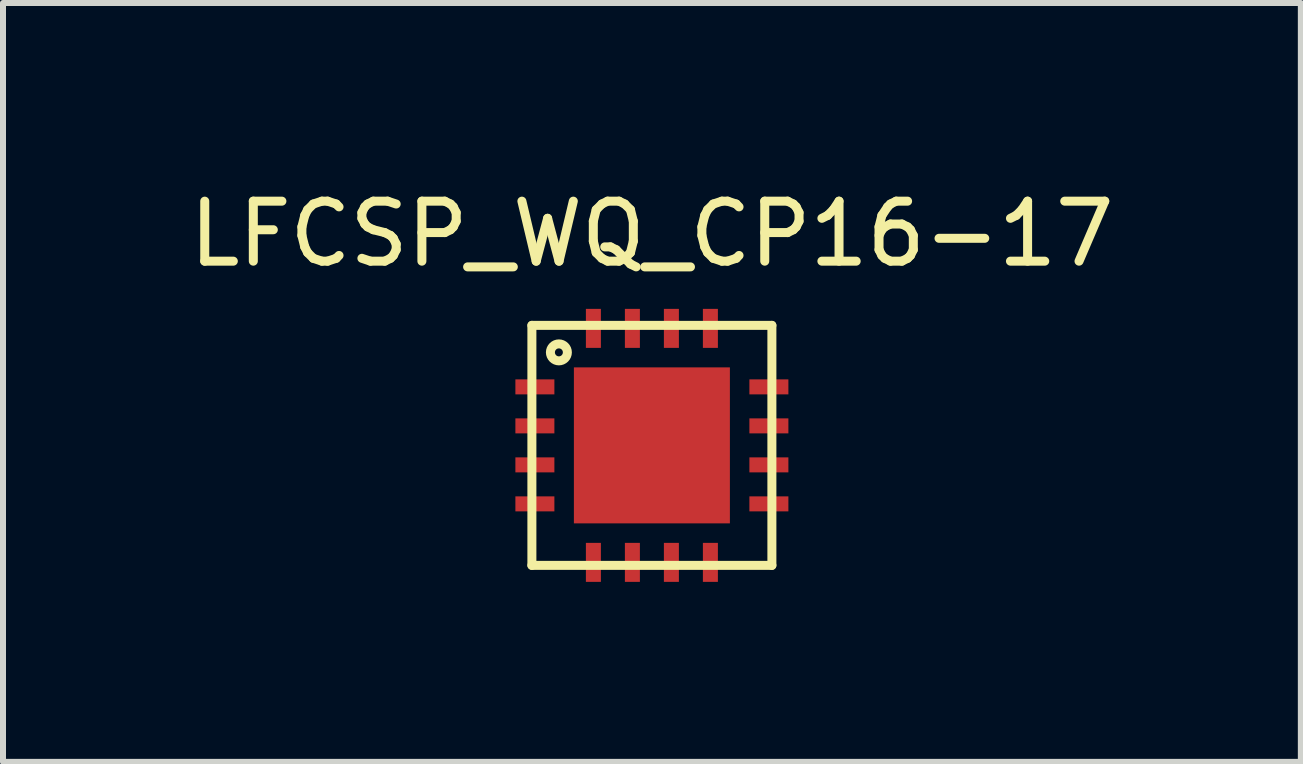
<source format=kicad_pcb>
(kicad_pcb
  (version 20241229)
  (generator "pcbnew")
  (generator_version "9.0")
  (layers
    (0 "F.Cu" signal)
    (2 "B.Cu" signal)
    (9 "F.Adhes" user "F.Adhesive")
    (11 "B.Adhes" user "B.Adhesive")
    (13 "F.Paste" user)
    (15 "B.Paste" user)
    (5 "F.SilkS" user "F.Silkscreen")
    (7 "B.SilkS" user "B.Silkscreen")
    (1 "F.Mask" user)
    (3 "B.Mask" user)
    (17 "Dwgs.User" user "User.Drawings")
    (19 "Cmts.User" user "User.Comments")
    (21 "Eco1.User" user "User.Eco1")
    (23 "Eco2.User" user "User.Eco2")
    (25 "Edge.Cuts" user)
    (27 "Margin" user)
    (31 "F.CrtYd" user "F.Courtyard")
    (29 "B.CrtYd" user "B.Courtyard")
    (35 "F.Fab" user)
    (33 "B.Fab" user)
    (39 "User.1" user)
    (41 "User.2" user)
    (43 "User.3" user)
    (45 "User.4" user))
  (footprint "LFCSP_WQ_CP16-17"
    (layer "F.Cu")
    (at 7.815 4.373)
    (property "Reference" "LFCSP_WQ_CP16-17" (at 0 -3.525 0) (layer "F.SilkS") (effects (font (size 1 1) (thickness 0.15))))
    (attr through_hole)
    (fp_line (start -2 -2) (end 2 -2) (stroke (width 0.15) (type solid)) (layer "F.SilkS"))
    (fp_line (start -2 2) (end -2 -2) (stroke (width 0.15) (type solid)) (layer "F.SilkS"))
    (fp_line (start 2 -2) (end 2 2) (stroke (width 0.15) (type solid)) (layer "F.SilkS"))
    (fp_line (start 2 2) (end -2 2) (stroke (width 0.15) (type solid)) (layer "F.SilkS"))
    (fp_circle (center -1.55 -1.55) (end -1.45 -1.45) (stroke (width 0.15) (type solid)) (fill no) (layer "F.SilkS"))
    (pad "1" smd rect (at -1.95 -0.975) (size 0.65 0.25) (layers "F.Cu" "F.Mask" "F.Paste"))
    (pad "2" smd rect (at -1.95 -0.325) (size 0.65 0.25) (layers "F.Cu" "F.Mask" "F.Paste"))
    (pad "3" smd rect (at -1.95 0.325) (size 0.65 0.25) (layers "F.Cu" "F.Mask" "F.Paste"))
    (pad "4" smd rect (at -1.95 0.975) (size 0.65 0.25) (layers "F.Cu" "F.Mask" "F.Paste"))
    (pad "5" smd rect (at -0.975 1.95 90) (size 0.65 0.25) (layers "F.Cu" "F.Mask" "F.Paste"))
    (pad "6" smd rect (at -0.325 1.95 90) (size 0.65 0.25) (layers "F.Cu" "F.Mask" "F.Paste"))
    (pad "7" smd rect (at 0.325 1.95 90) (size 0.65 0.25) (layers "F.Cu" "F.Mask" "F.Paste"))
    (pad "8" smd rect (at 0.975 1.95 90) (size 0.65 0.25) (layers "F.Cu" "F.Mask" "F.Paste"))
    (pad "9" smd rect (at 1.95 0.975 270) (size 0.25 0.65) (layers "F.Cu" "F.Mask" "F.Paste"))
    (pad "10" smd rect (at 1.95 0.325 270) (size 0.25 0.65) (layers "F.Cu" "F.Mask" "F.Paste"))
    (pad "11" smd rect (at 1.95 -0.325 270) (size 0.25 0.65) (layers "F.Cu" "F.Mask" "F.Paste"))
    (pad "12" smd rect (at 1.95 -0.975 270) (size 0.25 0.65) (layers "F.Cu" "F.Mask" "F.Paste"))
    (pad "13" smd rect (at 0.975 -1.95) (size 0.25 0.65) (layers "F.Cu" "F.Mask" "F.Paste"))
    (pad "14" smd rect (at 0.325 -1.95) (size 0.25 0.65) (layers "F.Cu" "F.Mask" "F.Paste"))
    (pad "15" smd rect (at -0.325 -1.95) (size 0.25 0.65) (layers "F.Cu" "F.Mask" "F.Paste"))
    (pad "16" smd rect (at -0.975 -1.95) (size 0.25 0.65) (layers "F.Cu" "F.Mask" "F.Paste"))
    (pad "17" smd rect (at 0 0) (size 2.6 2.6) (layers "F.Cu" "F.Mask" "F.Paste")))
  (gr_rect
    (start -3 -3)
    (end 18.631 9.648)
    (stroke (width 0.1) (type default))
    (fill no)
    (layer "Edge.Cuts")))
</source>
